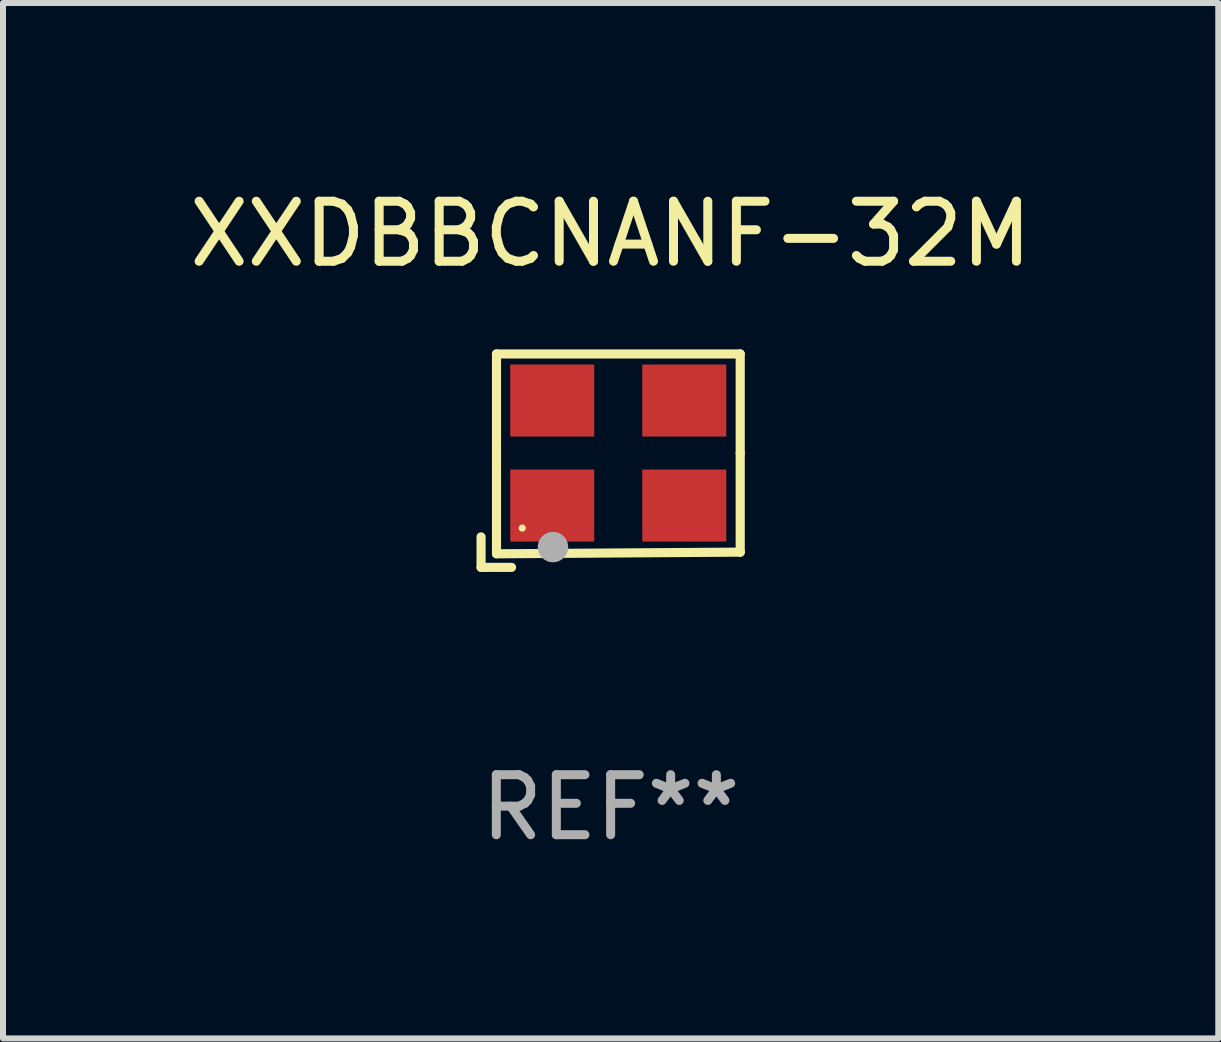
<source format=kicad_pcb>
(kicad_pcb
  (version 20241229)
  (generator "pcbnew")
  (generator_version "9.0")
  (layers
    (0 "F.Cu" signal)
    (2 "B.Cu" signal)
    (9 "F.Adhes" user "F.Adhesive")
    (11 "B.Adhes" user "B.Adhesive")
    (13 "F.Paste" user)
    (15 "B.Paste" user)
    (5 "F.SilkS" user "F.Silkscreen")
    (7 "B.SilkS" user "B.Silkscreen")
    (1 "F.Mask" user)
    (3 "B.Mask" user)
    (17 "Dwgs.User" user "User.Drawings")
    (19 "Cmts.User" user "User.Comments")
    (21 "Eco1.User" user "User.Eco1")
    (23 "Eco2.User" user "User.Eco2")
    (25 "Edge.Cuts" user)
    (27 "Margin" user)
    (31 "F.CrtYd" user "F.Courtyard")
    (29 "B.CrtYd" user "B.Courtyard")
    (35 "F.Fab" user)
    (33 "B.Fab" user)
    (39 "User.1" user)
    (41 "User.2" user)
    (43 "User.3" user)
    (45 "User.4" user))
  (footprint "XXDBBCNANF-32M"
    (layer "F.Cu")
    (at 7.125 4.626)
    (property "Reference" "XXDBBCNANF-32M" (at 0 -3.778 0) (layer "F.SilkS") (effects (font (size 1 1) (thickness 0.15))))
    (attr through_hole)
    (fp_line (start -2.159 1.27) (end -2.159 1.778) (stroke (width 0.152) (type solid)) (layer "F.SilkS"))
    (fp_line (start -2.159 1.778) (end -1.651 1.778) (stroke (width 0.152) (type solid)) (layer "F.SilkS"))
    (fp_line (start -1.902 -1.778) (end 2.159 -1.778) (stroke (width 0.152) (type solid)) (layer "F.SilkS"))
    (fp_line (start -1.902 1.552) (end -1.902 -1.778) (stroke (width 0.152) (type solid)) (layer "F.SilkS"))
    (fp_line (start 2.159 -1.778) (end 2.159 -0.127) (stroke (width 0.152) (type solid)) (layer "F.SilkS"))
    (fp_line (start 2.159 -0.127) (end 2.159 1.524) (stroke (width 0.152) (type solid)) (layer "F.SilkS"))
    (fp_line (start 2.159 1.524) (end -1.902 1.552) (stroke (width 0.152) (type solid)) (layer "F.SilkS"))
    (fp_line (start 2.159 1.524) (end 2.159 1.524) (stroke (width 0.152) (type solid)) (layer "F.SilkS"))
    (fp_circle (center -1.473 1.123) (end -1.443 1.123) (stroke (width 0.06) (type solid)) (fill no) (layer "F.SilkS"))
    (fp_circle (center -0.961 1.44) (end -0.834 1.44) (stroke (width 0.254) (type solid)) (fill no) (layer "F.Fab"))
    (fp_text user "REF**" (at 0 5.778 0) (layer "F.Fab") (effects (font (size 1 1) (thickness 0.15))))
    (pad "1" smd rect (at -0.973 0.748) (size 1.4 1.2) (layers "F.Cu" "F.Mask" "F.Paste"))
    (pad "2" smd rect (at 1.227 0.748) (size 1.4 1.2) (layers "F.Cu" "F.Mask" "F.Paste"))
    (pad "3" smd rect (at 1.227 -1.002) (size 1.4 1.2) (layers "F.Cu" "F.Mask" "F.Paste"))
    (pad "4" smd rect (at -0.973 -1.002) (size 1.4 1.2) (layers "F.Cu" "F.Mask" "F.Paste")))
  (gr_rect
    (start -3 -3)
    (end 17.25 14.253)
    (stroke (width 0.1) (type default))
    (fill no)
    (layer "Edge.Cuts")))
</source>
